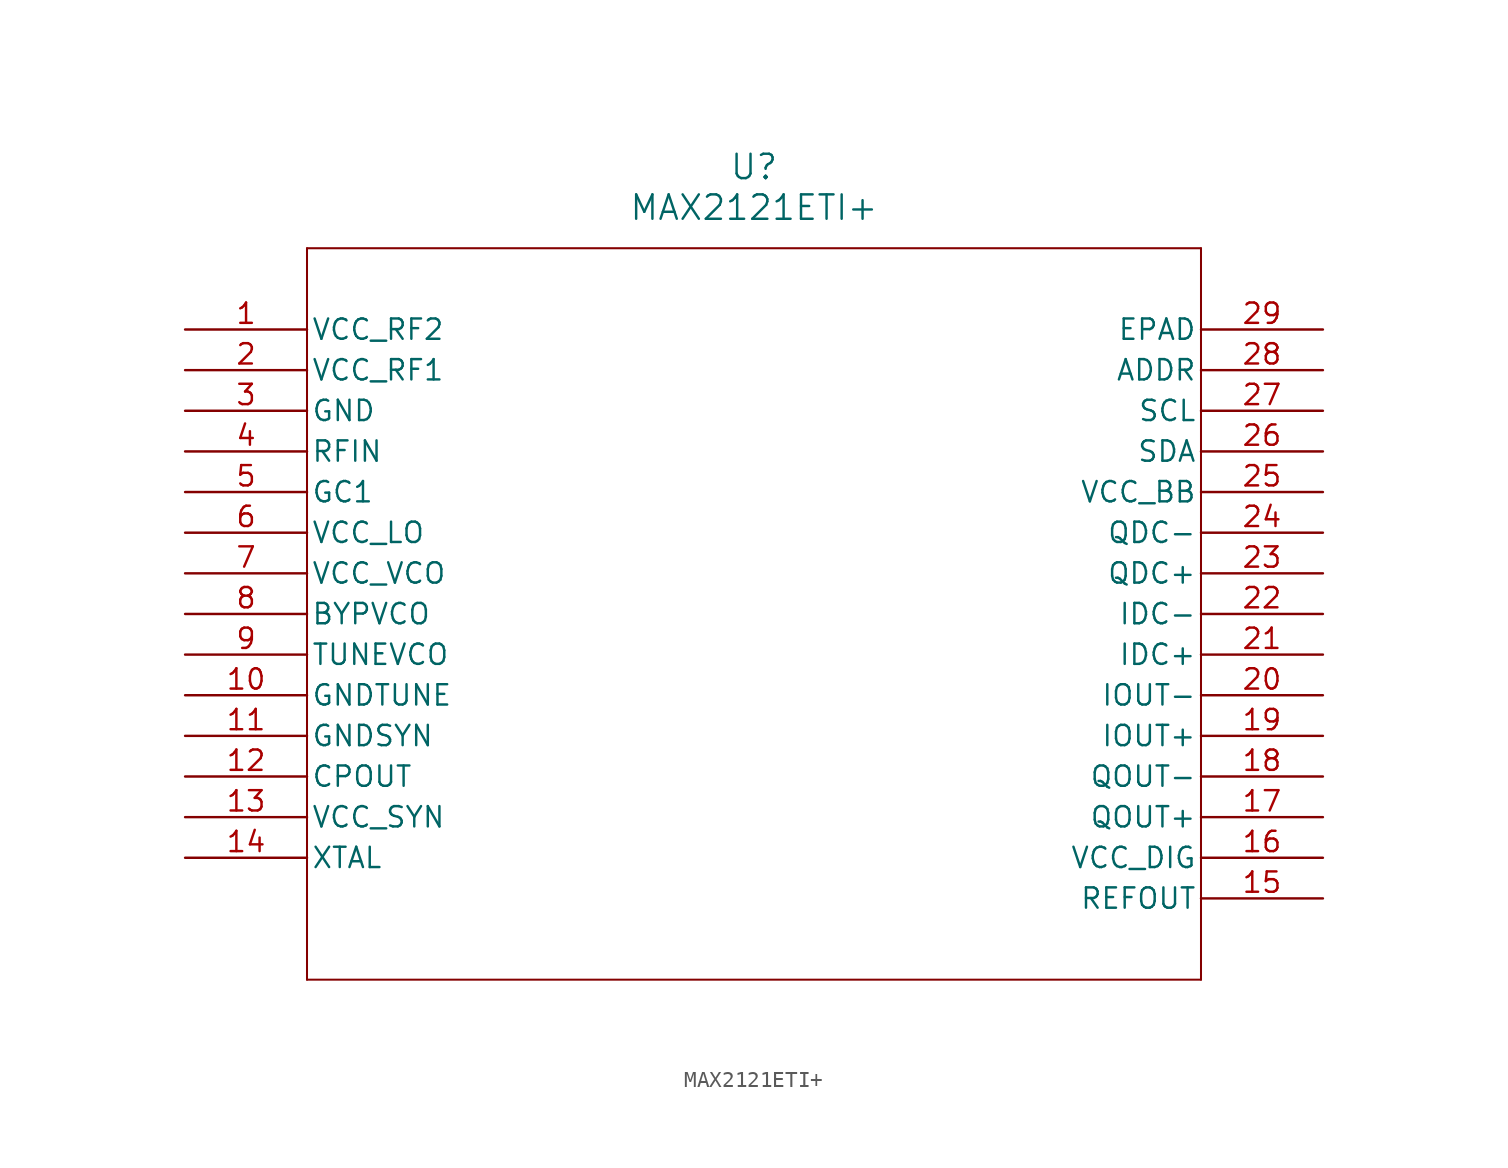
<source format=kicad_sym>
(kicad_symbol_lib
  (version 20211014)
  (generator kicad_symbol_editor)
  (symbol "MAX2121ETI+"
    (pin_names
      (offset 0.254))
    (property "Reference" "U"
      (at 35.56 10.16 0)
      (effects (font (size 1.524 1.524))))
    (property "Value" "MAX2121ETI+"
      (at 35.56 7.62 0)
      (effects (font (size 1.524 1.524))))
    (symbol "MAX2121ETI+_0_1"
      (polyline (pts (xy 7.62 5.08) (xy 7.62 -40.64)) (stroke (width 0.127) (type default) (color 0 0 0 0)) (fill (type none)))
      (polyline (pts (xy 7.62 -40.64) (xy 63.5 -40.64)) (stroke (width 0.127) (type default) (color 0 0 0 0)) (fill (type none)))
      (polyline (pts (xy 63.5 -40.64) (xy 63.5 5.08)) (stroke (width 0.127) (type default) (color 0 0 0 0)) (fill (type none)))
      (polyline (pts (xy 63.5 5.08) (xy 7.62 5.08)) (stroke (width 0.127) (type default) (color 0 0 0 0)) (fill (type none)))
      (pin bidirectional line (at 0 0 0) (length 7.62) (name "VCC_RF2" (effects (font (size 1.27 1.27)))) (number "1" (effects (font (size 1.27 1.27)))))
      (pin bidirectional line (at 0 -2.54 0) (length 7.62) (name "VCC_RF1" (effects (font (size 1.27 1.27)))) (number "2" (effects (font (size 1.27 1.27)))))
      (pin power_in line (at 0 -5.08 0) (length 7.62) (name "GND" (effects (font (size 1.27 1.27)))) (number "3" (effects (font (size 1.27 1.27)))))
      (pin input line (at 0 -7.62 0) (length 7.62) (name "RFIN" (effects (font (size 1.27 1.27)))) (number "4" (effects (font (size 1.27 1.27)))))
      (pin bidirectional line (at 0 -10.16 0) (length 7.62) (name "GC1" (effects (font (size 1.27 1.27)))) (number "5" (effects (font (size 1.27 1.27)))))
      (pin bidirectional line (at 0 -12.7 0) (length 7.62) (name "VCC_LO" (effects (font (size 1.27 1.27)))) (number "6" (effects (font (size 1.27 1.27)))))
      (pin bidirectional line (at 0 -15.24 0) (length 7.62) (name "VCC_VCO" (effects (font (size 1.27 1.27)))) (number "7" (effects (font (size 1.27 1.27)))))
      (pin bidirectional line (at 0 -17.78 0) (length 7.62) (name "BYPVCO" (effects (font (size 1.27 1.27)))) (number "8" (effects (font (size 1.27 1.27)))))
      (pin bidirectional line (at 0 -20.32 0) (length 7.62) (name "TUNEVCO" (effects (font (size 1.27 1.27)))) (number "9" (effects (font (size 1.27 1.27)))))
      (pin bidirectional line (at 0 -22.86 0) (length 7.62) (name "GNDTUNE" (effects (font (size 1.27 1.27)))) (number "10" (effects (font (size 1.27 1.27)))))
      (pin bidirectional line (at 0 -25.4 0) (length 7.62) (name "GNDSYN" (effects (font (size 1.27 1.27)))) (number "11" (effects (font (size 1.27 1.27)))))
      (pin output line (at 0 -27.94 0) (length 7.62) (name "CPOUT" (effects (font (size 1.27 1.27)))) (number "12" (effects (font (size 1.27 1.27)))))
      (pin bidirectional line (at 0 -30.48 0) (length 7.62) (name "VCC_SYN" (effects (font (size 1.27 1.27)))) (number "13" (effects (font (size 1.27 1.27)))))
      (pin bidirectional line (at 0 -33.02 0) (length 7.62) (name "XTAL" (effects (font (size 1.27 1.27)))) (number "14" (effects (font (size 1.27 1.27)))))
      (pin output line (at 71.12 -35.56 180) (length 7.62) (name "REFOUT" (effects (font (size 1.27 1.27)))) (number "15" (effects (font (size 1.27 1.27)))))
      (pin bidirectional line (at 71.12 -33.02 180) (length 7.62) (name "VCC_DIG" (effects (font (size 1.27 1.27)))) (number "16" (effects (font (size 1.27 1.27)))))
      (pin output line (at 71.12 -30.48 180) (length 7.62) (name "QOUT+" (effects (font (size 1.27 1.27)))) (number "17" (effects (font (size 1.27 1.27)))))
      (pin output line (at 71.12 -27.94 180) (length 7.62) (name "QOUT-" (effects (font (size 1.27 1.27)))) (number "18" (effects (font (size 1.27 1.27)))))
      (pin output line (at 71.12 -25.4 180) (length 7.62) (name "IOUT+" (effects (font (size 1.27 1.27)))) (number "19" (effects (font (size 1.27 1.27)))))
      (pin output line (at 71.12 -22.86 180) (length 7.62) (name "IOUT-" (effects (font (size 1.27 1.27)))) (number "20" (effects (font (size 1.27 1.27)))))
      (pin bidirectional line (at 71.12 -20.32 180) (length 7.62) (name "IDC+" (effects (font (size 1.27 1.27)))) (number "21" (effects (font (size 1.27 1.27)))))
      (pin bidirectional line (at 71.12 -17.78 180) (length 7.62) (name "IDC-" (effects (font (size 1.27 1.27)))) (number "22" (effects (font (size 1.27 1.27)))))
      (pin bidirectional line (at 71.12 -15.24 180) (length 7.62) (name "QDC+" (effects (font (size 1.27 1.27)))) (number "23" (effects (font (size 1.27 1.27)))))
      (pin bidirectional line (at 71.12 -12.7 180) (length 7.62) (name "QDC-" (effects (font (size 1.27 1.27)))) (number "24" (effects (font (size 1.27 1.27)))))
      (pin bidirectional line (at 71.12 -10.16 180) (length 7.62) (name "VCC_BB" (effects (font (size 1.27 1.27)))) (number "25" (effects (font (size 1.27 1.27)))))
      (pin bidirectional line (at 71.12 -7.62 180) (length 7.62) (name "SDA" (effects (font (size 1.27 1.27)))) (number "26" (effects (font (size 1.27 1.27)))))
      (pin bidirectional line (at 71.12 -5.08 180) (length 7.62) (name "SCL" (effects (font (size 1.27 1.27)))) (number "27" (effects (font (size 1.27 1.27)))))
      (pin bidirectional line (at 71.12 -2.54 180) (length 7.62) (name "ADDR" (effects (font (size 1.27 1.27)))) (number "28" (effects (font (size 1.27 1.27)))))
      (pin unspecified line (at 71.12 0 180) (length 7.62) (name "EPAD" (effects (font (size 1.27 1.27)))) (number "29" (effects (font (size 1.27 1.27))))))))
</source>
